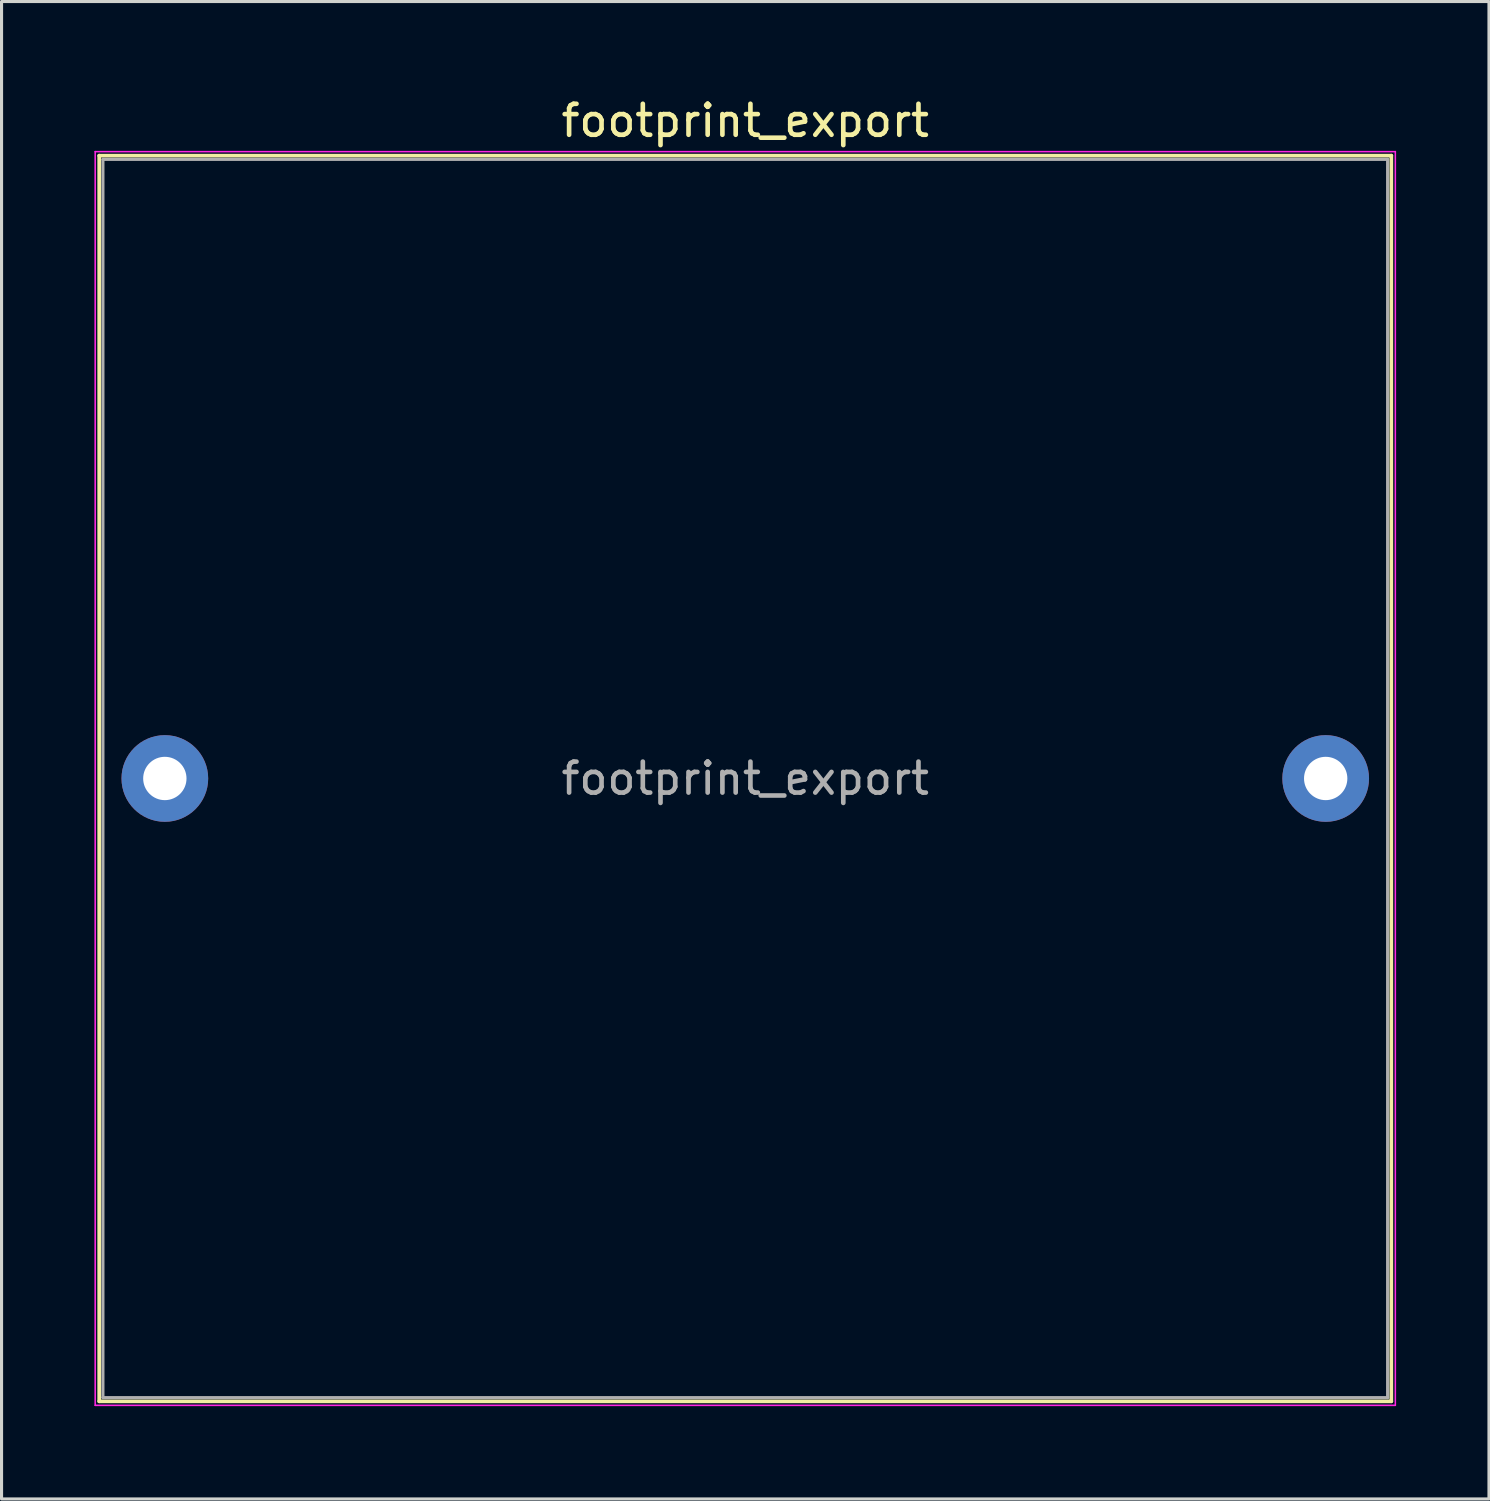
<source format=kicad_pcb>
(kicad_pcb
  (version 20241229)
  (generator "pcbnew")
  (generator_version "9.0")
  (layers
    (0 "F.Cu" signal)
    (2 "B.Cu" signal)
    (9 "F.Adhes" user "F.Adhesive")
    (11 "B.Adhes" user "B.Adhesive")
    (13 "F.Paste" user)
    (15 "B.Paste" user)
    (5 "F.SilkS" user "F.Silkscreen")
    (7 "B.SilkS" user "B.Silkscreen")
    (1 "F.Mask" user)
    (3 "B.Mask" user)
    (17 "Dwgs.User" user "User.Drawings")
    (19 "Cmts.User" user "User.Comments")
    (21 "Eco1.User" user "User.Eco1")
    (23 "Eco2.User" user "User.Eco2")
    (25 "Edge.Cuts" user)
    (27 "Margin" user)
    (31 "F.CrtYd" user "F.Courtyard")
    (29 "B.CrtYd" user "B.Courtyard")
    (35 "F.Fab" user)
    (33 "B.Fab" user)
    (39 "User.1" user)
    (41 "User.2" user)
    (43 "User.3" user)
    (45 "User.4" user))
  (footprint "footprint_export"
    (layer "F.Cu")
    (at 2.275 22.098)
    (property "Reference" "footprint_export" (at 18.75 -21.25 0) (layer "F.SilkS") (effects (font (size 1 1) (thickness 0.15))))
    (attr through_hole)
    (fp_line (start -2.12 -20.12) (end -2.12 20.12) (stroke (width 0.12) (type solid)) (layer "F.SilkS"))
    (fp_line (start -2.12 -20.12) (end 39.62 -20.12) (stroke (width 0.12) (type solid)) (layer "F.SilkS"))
    (fp_line (start -2.12 20.12) (end 39.62 20.12) (stroke (width 0.12) (type solid)) (layer "F.SilkS"))
    (fp_line (start 39.62 -20.12) (end 39.62 20.12) (stroke (width 0.12) (type solid)) (layer "F.SilkS"))
    (fp_line (start -2.25 -20.25) (end -2.25 20.25) (stroke (width 0.05) (type solid)) (layer "F.CrtYd"))
    (fp_line (start -2.25 20.25) (end 39.75 20.25) (stroke (width 0.05) (type solid)) (layer "F.CrtYd"))
    (fp_line (start 39.75 -20.25) (end -2.25 -20.25) (stroke (width 0.05) (type solid)) (layer "F.CrtYd"))
    (fp_line (start 39.75 20.25) (end 39.75 -20.25) (stroke (width 0.05) (type solid)) (layer "F.CrtYd"))
    (fp_line (start -2 -20) (end -2 20) (stroke (width 0.1) (type solid)) (layer "F.Fab"))
    (fp_line (start -2 20) (end 39.5 20) (stroke (width 0.1) (type solid)) (layer "F.Fab"))
    (fp_line (start 39.5 -20) (end -2 -20) (stroke (width 0.1) (type solid)) (layer "F.Fab"))
    (fp_line (start 39.5 20) (end 39.5 -20) (stroke (width 0.1) (type solid)) (layer "F.Fab"))
    (fp_text user "${REFERENCE}" (at 18.75 0 0) (layer "F.Fab") (effects (font (size 1 1) (thickness 0.15))))
    (pad "1" thru_hole circle (at 0 0) (size 2.8 2.8) (drill 1.4) (layers "*.Cu" "*.Mask"))
    (pad "2" thru_hole circle (at 37.5 0) (size 2.8 2.8) (drill 1.4) (layers "*.Cu" "*.Mask")))
  (gr_rect
    (start -3 -3)
    (end 45.05 45.373)
    (stroke (width 0.1) (type default))
    (fill no)
    (layer "Edge.Cuts")))
</source>
